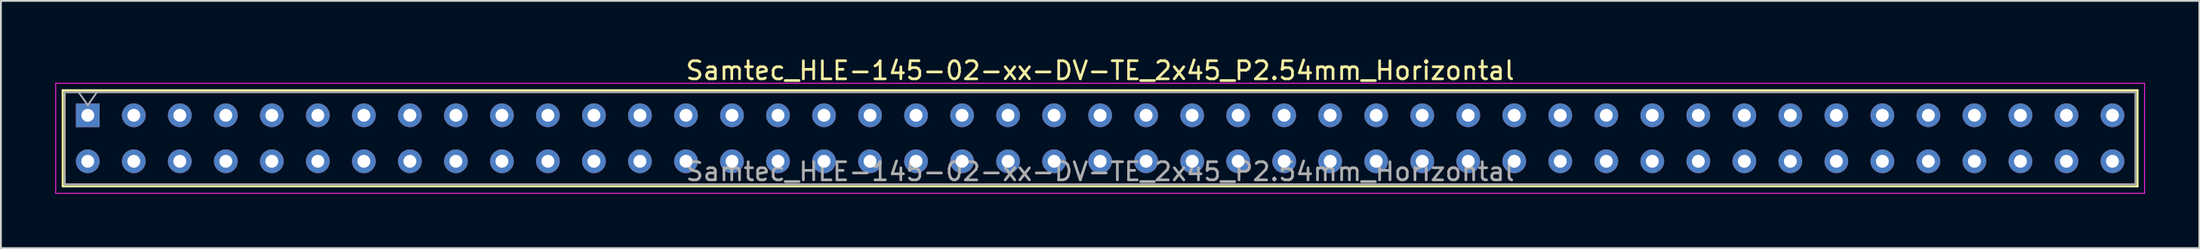
<source format=kicad_pcb>
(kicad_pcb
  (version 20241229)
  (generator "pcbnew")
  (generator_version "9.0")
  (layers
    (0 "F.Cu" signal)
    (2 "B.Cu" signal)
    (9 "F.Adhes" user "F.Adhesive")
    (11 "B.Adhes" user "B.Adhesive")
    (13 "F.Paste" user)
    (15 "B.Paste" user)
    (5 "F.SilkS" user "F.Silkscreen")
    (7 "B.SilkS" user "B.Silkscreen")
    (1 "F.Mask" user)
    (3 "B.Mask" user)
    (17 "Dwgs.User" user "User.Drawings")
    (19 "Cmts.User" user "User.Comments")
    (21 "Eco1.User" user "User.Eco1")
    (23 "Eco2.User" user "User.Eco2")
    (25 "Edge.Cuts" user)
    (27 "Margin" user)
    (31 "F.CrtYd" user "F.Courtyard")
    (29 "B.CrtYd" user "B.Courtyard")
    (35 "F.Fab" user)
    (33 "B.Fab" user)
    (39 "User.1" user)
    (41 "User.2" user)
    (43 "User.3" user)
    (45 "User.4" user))
  (footprint "Samtec_HLE-145-02-xx-DV-TE_2x45_P2.54mm_Horizontal"
    (layer "F.Cu")
    (at 1.795 3.318)
    (property "Reference" "Samtec_HLE-145-02-xx-DV-TE_2x45_P2.54mm_Horizontal" (at 55.88 -2.47 0) (layer "F.SilkS") (effects (font (size 1 1) (thickness 0.15))))
    (attr through_hole)
    (fp_line (start -1.38 -1.38) (end 113.14 -1.38) (stroke (width 0.12) (type solid)) (layer "F.SilkS"))
    (fp_line (start -1.38 3.92) (end -1.38 -1.38) (stroke (width 0.12) (type solid)) (layer "F.SilkS"))
    (fp_line (start 113.14 -1.38) (end 113.14 3.92) (stroke (width 0.12) (type solid)) (layer "F.SilkS"))
    (fp_line (start 113.14 3.92) (end -1.38 3.92) (stroke (width 0.12) (type solid)) (layer "F.SilkS"))
    (fp_line (start -1.77 -1.77) (end 113.53 -1.77) (stroke (width 0.05) (type solid)) (layer "F.CrtYd"))
    (fp_line (start -1.77 4.31) (end -1.77 -1.77) (stroke (width 0.05) (type solid)) (layer "F.CrtYd"))
    (fp_line (start 113.53 -1.77) (end 113.53 4.31) (stroke (width 0.05) (type solid)) (layer "F.CrtYd"))
    (fp_line (start 113.53 4.31) (end -1.77 4.31) (stroke (width 0.05) (type solid)) (layer "F.CrtYd"))
    (fp_line (start -1.27 -1.27) (end 113.03 -1.27) (stroke (width 0.1) (type solid)) (layer "F.Fab"))
    (fp_line (start -1.27 3.81) (end -1.27 -1.27) (stroke (width 0.1) (type solid)) (layer "F.Fab"))
    (fp_line (start -0.5 -1.27) (end 0 -0.563) (stroke (width 0.1) (type solid)) (layer "F.Fab"))
    (fp_line (start 0 -0.563) (end 0.5 -1.27) (stroke (width 0.1) (type solid)) (layer "F.Fab"))
    (fp_line (start 113.03 -1.27) (end 113.03 3.81) (stroke (width 0.1) (type solid)) (layer "F.Fab"))
    (fp_line (start 113.03 3.81) (end -1.27 3.81) (stroke (width 0.1) (type solid)) (layer "F.Fab"))
    (fp_text user "${REFERENCE}" (at 55.88 3.11 0) (layer "F.Fab") (effects (font (size 1 1) (thickness 0.15))))
    (pad "1" thru_hole rect (at 0 0) (size 1.31 1.31) (drill 0.71) (layers "*.Cu" "*.Mask"))
    (pad "2" thru_hole circle (at 0 2.54) (size 1.31 1.31) (drill 0.71) (layers "*.Cu" "*.Mask"))
    (pad "3" thru_hole circle (at 2.54 0) (size 1.31 1.31) (drill 0.71) (layers "*.Cu" "*.Mask"))
    (pad "4" thru_hole circle (at 2.54 2.54) (size 1.31 1.31) (drill 0.71) (layers "*.Cu" "*.Mask"))
    (pad "5" thru_hole circle (at 5.08 0) (size 1.31 1.31) (drill 0.71) (layers "*.Cu" "*.Mask"))
    (pad "6" thru_hole circle (at 5.08 2.54) (size 1.31 1.31) (drill 0.71) (layers "*.Cu" "*.Mask"))
    (pad "7" thru_hole circle (at 7.62 0) (size 1.31 1.31) (drill 0.71) (layers "*.Cu" "*.Mask"))
    (pad "8" thru_hole circle (at 7.62 2.54) (size 1.31 1.31) (drill 0.71) (layers "*.Cu" "*.Mask"))
    (pad "9" thru_hole circle (at 10.16 0) (size 1.31 1.31) (drill 0.71) (layers "*.Cu" "*.Mask"))
    (pad "10" thru_hole circle (at 10.16 2.54) (size 1.31 1.31) (drill 0.71) (layers "*.Cu" "*.Mask"))
    (pad "11" thru_hole circle (at 12.7 0) (size 1.31 1.31) (drill 0.71) (layers "*.Cu" "*.Mask"))
    (pad "12" thru_hole circle (at 12.7 2.54) (size 1.31 1.31) (drill 0.71) (layers "*.Cu" "*.Mask"))
    (pad "13" thru_hole circle (at 15.24 0) (size 1.31 1.31) (drill 0.71) (layers "*.Cu" "*.Mask"))
    (pad "14" thru_hole circle (at 15.24 2.54) (size 1.31 1.31) (drill 0.71) (layers "*.Cu" "*.Mask"))
    (pad "15" thru_hole circle (at 17.78 0) (size 1.31 1.31) (drill 0.71) (layers "*.Cu" "*.Mask"))
    (pad "16" thru_hole circle (at 17.78 2.54) (size 1.31 1.31) (drill 0.71) (layers "*.Cu" "*.Mask"))
    (pad "17" thru_hole circle (at 20.32 0) (size 1.31 1.31) (drill 0.71) (layers "*.Cu" "*.Mask"))
    (pad "18" thru_hole circle (at 20.32 2.54) (size 1.31 1.31) (drill 0.71) (layers "*.Cu" "*.Mask"))
    (pad "19" thru_hole circle (at 22.86 0) (size 1.31 1.31) (drill 0.71) (layers "*.Cu" "*.Mask"))
    (pad "20" thru_hole circle (at 22.86 2.54) (size 1.31 1.31) (drill 0.71) (layers "*.Cu" "*.Mask"))
    (pad "21" thru_hole circle (at 25.4 0) (size 1.31 1.31) (drill 0.71) (layers "*.Cu" "*.Mask"))
    (pad "22" thru_hole circle (at 25.4 2.54) (size 1.31 1.31) (drill 0.71) (layers "*.Cu" "*.Mask"))
    (pad "23" thru_hole circle (at 27.94 0) (size 1.31 1.31) (drill 0.71) (layers "*.Cu" "*.Mask"))
    (pad "24" thru_hole circle (at 27.94 2.54) (size 1.31 1.31) (drill 0.71) (layers "*.Cu" "*.Mask"))
    (pad "25" thru_hole circle (at 30.48 0) (size 1.31 1.31) (drill 0.71) (layers "*.Cu" "*.Mask"))
    (pad "26" thru_hole circle (at 30.48 2.54) (size 1.31 1.31) (drill 0.71) (layers "*.Cu" "*.Mask"))
    (pad "27" thru_hole circle (at 33.02 0) (size 1.31 1.31) (drill 0.71) (layers "*.Cu" "*.Mask"))
    (pad "28" thru_hole circle (at 33.02 2.54) (size 1.31 1.31) (drill 0.71) (layers "*.Cu" "*.Mask"))
    (pad "29" thru_hole circle (at 35.56 0) (size 1.31 1.31) (drill 0.71) (layers "*.Cu" "*.Mask"))
    (pad "30" thru_hole circle (at 35.56 2.54) (size 1.31 1.31) (drill 0.71) (layers "*.Cu" "*.Mask"))
    (pad "31" thru_hole circle (at 38.1 0) (size 1.31 1.31) (drill 0.71) (layers "*.Cu" "*.Mask"))
    (pad "32" thru_hole circle (at 38.1 2.54) (size 1.31 1.31) (drill 0.71) (layers "*.Cu" "*.Mask"))
    (pad "33" thru_hole circle (at 40.64 0) (size 1.31 1.31) (drill 0.71) (layers "*.Cu" "*.Mask"))
    (pad "34" thru_hole circle (at 40.64 2.54) (size 1.31 1.31) (drill 0.71) (layers "*.Cu" "*.Mask"))
    (pad "35" thru_hole circle (at 43.18 0) (size 1.31 1.31) (drill 0.71) (layers "*.Cu" "*.Mask"))
    (pad "36" thru_hole circle (at 43.18 2.54) (size 1.31 1.31) (drill 0.71) (layers "*.Cu" "*.Mask"))
    (pad "37" thru_hole circle (at 45.72 0) (size 1.31 1.31) (drill 0.71) (layers "*.Cu" "*.Mask"))
    (pad "38" thru_hole circle (at 45.72 2.54) (size 1.31 1.31) (drill 0.71) (layers "*.Cu" "*.Mask"))
    (pad "39" thru_hole circle (at 48.26 0) (size 1.31 1.31) (drill 0.71) (layers "*.Cu" "*.Mask"))
    (pad "40" thru_hole circle (at 48.26 2.54) (size 1.31 1.31) (drill 0.71) (layers "*.Cu" "*.Mask"))
    (pad "41" thru_hole circle (at 50.8 0) (size 1.31 1.31) (drill 0.71) (layers "*.Cu" "*.Mask"))
    (pad "42" thru_hole circle (at 50.8 2.54) (size 1.31 1.31) (drill 0.71) (layers "*.Cu" "*.Mask"))
    (pad "43" thru_hole circle (at 53.34 0) (size 1.31 1.31) (drill 0.71) (layers "*.Cu" "*.Mask"))
    (pad "44" thru_hole circle (at 53.34 2.54) (size 1.31 1.31) (drill 0.71) (layers "*.Cu" "*.Mask"))
    (pad "45" thru_hole circle (at 55.88 0) (size 1.31 1.31) (drill 0.71) (layers "*.Cu" "*.Mask"))
    (pad "46" thru_hole circle (at 55.88 2.54) (size 1.31 1.31) (drill 0.71) (layers "*.Cu" "*.Mask"))
    (pad "47" thru_hole circle (at 58.42 0) (size 1.31 1.31) (drill 0.71) (layers "*.Cu" "*.Mask"))
    (pad "48" thru_hole circle (at 58.42 2.54) (size 1.31 1.31) (drill 0.71) (layers "*.Cu" "*.Mask"))
    (pad "49" thru_hole circle (at 60.96 0) (size 1.31 1.31) (drill 0.71) (layers "*.Cu" "*.Mask"))
    (pad "50" thru_hole circle (at 60.96 2.54) (size 1.31 1.31) (drill 0.71) (layers "*.Cu" "*.Mask"))
    (pad "51" thru_hole circle (at 63.5 0) (size 1.31 1.31) (drill 0.71) (layers "*.Cu" "*.Mask"))
    (pad "52" thru_hole circle (at 63.5 2.54) (size 1.31 1.31) (drill 0.71) (layers "*.Cu" "*.Mask"))
    (pad "53" thru_hole circle (at 66.04 0) (size 1.31 1.31) (drill 0.71) (layers "*.Cu" "*.Mask"))
    (pad "54" thru_hole circle (at 66.04 2.54) (size 1.31 1.31) (drill 0.71) (layers "*.Cu" "*.Mask"))
    (pad "55" thru_hole circle (at 68.58 0) (size 1.31 1.31) (drill 0.71) (layers "*.Cu" "*.Mask"))
    (pad "56" thru_hole circle (at 68.58 2.54) (size 1.31 1.31) (drill 0.71) (layers "*.Cu" "*.Mask"))
    (pad "57" thru_hole circle (at 71.12 0) (size 1.31 1.31) (drill 0.71) (layers "*.Cu" "*.Mask"))
    (pad "58" thru_hole circle (at 71.12 2.54) (size 1.31 1.31) (drill 0.71) (layers "*.Cu" "*.Mask"))
    (pad "59" thru_hole circle (at 73.66 0) (size 1.31 1.31) (drill 0.71) (layers "*.Cu" "*.Mask"))
    (pad "60" thru_hole circle (at 73.66 2.54) (size 1.31 1.31) (drill 0.71) (layers "*.Cu" "*.Mask"))
    (pad "61" thru_hole circle (at 76.2 0) (size 1.31 1.31) (drill 0.71) (layers "*.Cu" "*.Mask"))
    (pad "62" thru_hole circle (at 76.2 2.54) (size 1.31 1.31) (drill 0.71) (layers "*.Cu" "*.Mask"))
    (pad "63" thru_hole circle (at 78.74 0) (size 1.31 1.31) (drill 0.71) (layers "*.Cu" "*.Mask"))
    (pad "64" thru_hole circle (at 78.74 2.54) (size 1.31 1.31) (drill 0.71) (layers "*.Cu" "*.Mask"))
    (pad "65" thru_hole circle (at 81.28 0) (size 1.31 1.31) (drill 0.71) (layers "*.Cu" "*.Mask"))
    (pad "66" thru_hole circle (at 81.28 2.54) (size 1.31 1.31) (drill 0.71) (layers "*.Cu" "*.Mask"))
    (pad "67" thru_hole circle (at 83.82 0) (size 1.31 1.31) (drill 0.71) (layers "*.Cu" "*.Mask"))
    (pad "68" thru_hole circle (at 83.82 2.54) (size 1.31 1.31) (drill 0.71) (layers "*.Cu" "*.Mask"))
    (pad "69" thru_hole circle (at 86.36 0) (size 1.31 1.31) (drill 0.71) (layers "*.Cu" "*.Mask"))
    (pad "70" thru_hole circle (at 86.36 2.54) (size 1.31 1.31) (drill 0.71) (layers "*.Cu" "*.Mask"))
    (pad "71" thru_hole circle (at 88.9 0) (size 1.31 1.31) (drill 0.71) (layers "*.Cu" "*.Mask"))
    (pad "72" thru_hole circle (at 88.9 2.54) (size 1.31 1.31) (drill 0.71) (layers "*.Cu" "*.Mask"))
    (pad "73" thru_hole circle (at 91.44 0) (size 1.31 1.31) (drill 0.71) (layers "*.Cu" "*.Mask"))
    (pad "74" thru_hole circle (at 91.44 2.54) (size 1.31 1.31) (drill 0.71) (layers "*.Cu" "*.Mask"))
    (pad "75" thru_hole circle (at 93.98 0) (size 1.31 1.31) (drill 0.71) (layers "*.Cu" "*.Mask"))
    (pad "76" thru_hole circle (at 93.98 2.54) (size 1.31 1.31) (drill 0.71) (layers "*.Cu" "*.Mask"))
    (pad "77" thru_hole circle (at 96.52 0) (size 1.31 1.31) (drill 0.71) (layers "*.Cu" "*.Mask"))
    (pad "78" thru_hole circle (at 96.52 2.54) (size 1.31 1.31) (drill 0.71) (layers "*.Cu" "*.Mask"))
    (pad "79" thru_hole circle (at 99.06 0) (size 1.31 1.31) (drill 0.71) (layers "*.Cu" "*.Mask"))
    (pad "80" thru_hole circle (at 99.06 2.54) (size 1.31 1.31) (drill 0.71) (layers "*.Cu" "*.Mask"))
    (pad "81" thru_hole circle (at 101.6 0) (size 1.31 1.31) (drill 0.71) (layers "*.Cu" "*.Mask"))
    (pad "82" thru_hole circle (at 101.6 2.54) (size 1.31 1.31) (drill 0.71) (layers "*.Cu" "*.Mask"))
    (pad "83" thru_hole circle (at 104.14 0) (size 1.31 1.31) (drill 0.71) (layers "*.Cu" "*.Mask"))
    (pad "84" thru_hole circle (at 104.14 2.54) (size 1.31 1.31) (drill 0.71) (layers "*.Cu" "*.Mask"))
    (pad "85" thru_hole circle (at 106.68 0) (size 1.31 1.31) (drill 0.71) (layers "*.Cu" "*.Mask"))
    (pad "86" thru_hole circle (at 106.68 2.54) (size 1.31 1.31) (drill 0.71) (layers "*.Cu" "*.Mask"))
    (pad "87" thru_hole circle (at 109.22 0) (size 1.31 1.31) (drill 0.71) (layers "*.Cu" "*.Mask"))
    (pad "88" thru_hole circle (at 109.22 2.54) (size 1.31 1.31) (drill 0.71) (layers "*.Cu" "*.Mask"))
    (pad "89" thru_hole circle (at 111.76 0) (size 1.31 1.31) (drill 0.71) (layers "*.Cu" "*.Mask"))
    (pad "90" thru_hole circle (at 111.76 2.54) (size 1.31 1.31) (drill 0.71) (layers "*.Cu" "*.Mask")))
  (gr_rect
    (start -3 -3)
    (end 118.35 10.653)
    (stroke (width 0.1) (type default))
    (fill no)
    (layer "Edge.Cuts")))
</source>
